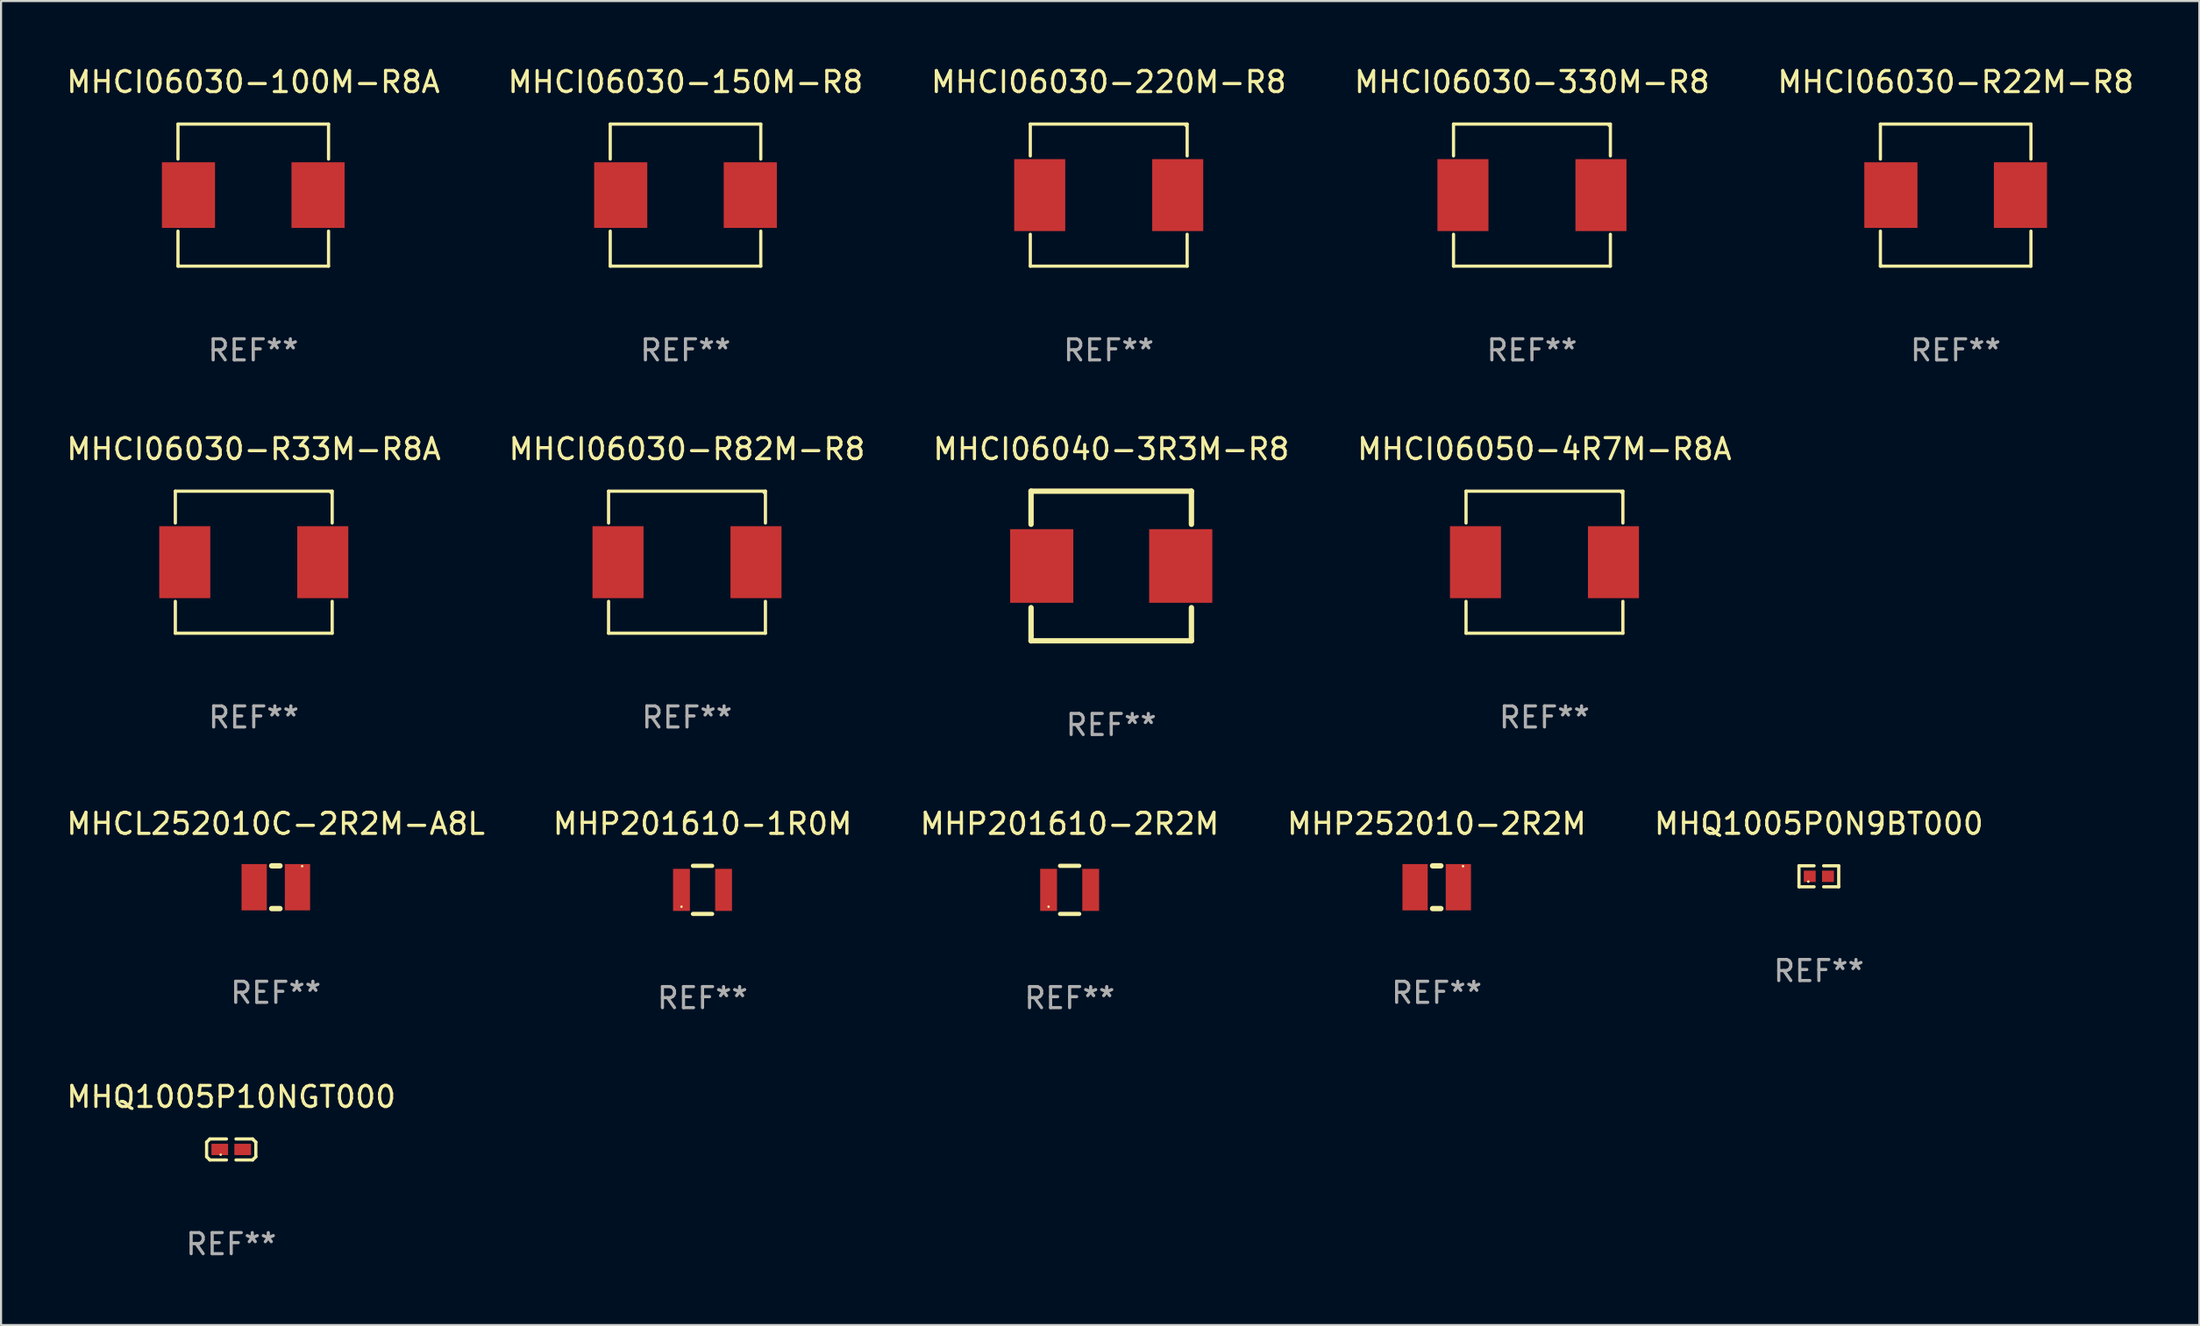
<source format=kicad_pcb>
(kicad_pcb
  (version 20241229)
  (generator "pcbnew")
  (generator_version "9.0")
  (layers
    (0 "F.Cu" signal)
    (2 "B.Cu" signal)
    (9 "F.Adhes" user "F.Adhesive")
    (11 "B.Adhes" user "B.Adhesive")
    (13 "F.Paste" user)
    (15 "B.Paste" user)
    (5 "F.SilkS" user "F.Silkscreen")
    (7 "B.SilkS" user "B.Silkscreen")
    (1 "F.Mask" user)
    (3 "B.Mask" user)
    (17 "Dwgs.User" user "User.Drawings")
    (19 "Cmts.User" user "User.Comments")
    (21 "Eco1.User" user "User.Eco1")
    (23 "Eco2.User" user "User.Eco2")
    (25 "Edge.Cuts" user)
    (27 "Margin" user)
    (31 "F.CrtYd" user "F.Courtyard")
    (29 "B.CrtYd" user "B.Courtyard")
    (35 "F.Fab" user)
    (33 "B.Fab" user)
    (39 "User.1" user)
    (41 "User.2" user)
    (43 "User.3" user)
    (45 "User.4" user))
  (footprint "MHCI06030-150M-R8"
    (layer "F.Cu")
    (at 29.518 6.224)
    (property "Reference" "MHCI06030-150M-R8" (at 0 -5.376 0) (layer "F.SilkS") (effects (font (size 1 1) (thickness 0.15))))
    (attr through_hole)
    (fp_line (start -3.576 -3.376) (end 3.576 -3.376) (stroke (width 0.152) (type solid)) (layer "F.SilkS"))
    (fp_line (start -3.576 -1.712) (end -3.576 -3.376) (stroke (width 0.152) (type solid)) (layer "F.SilkS"))
    (fp_line (start -3.576 1.712) (end -3.576 3.376) (stroke (width 0.152) (type solid)) (layer "F.SilkS"))
    (fp_line (start -3.576 3.376) (end 3.576 3.376) (stroke (width 0.152) (type solid)) (layer "F.SilkS"))
    (fp_line (start 3.576 -3.376) (end 3.576 -1.712) (stroke (width 0.152) (type solid)) (layer "F.SilkS"))
    (fp_line (start 3.576 3.376) (end 3.576 1.712) (stroke (width 0.152) (type solid)) (layer "F.SilkS"))
    (fp_circle (center -3.552 3.307) (end -3.522 3.307) (stroke (width 0.06) (type solid)) (fill no) (layer "F.SilkS"))
    (fp_text user "REF**" (at 0 7.376 0) (layer "F.Fab") (effects (font (size 1 1) (thickness 0.15))))
    (pad "1" smd rect (at -3.078 0) (size 2.524 3.12) (layers "F.Cu" "F.Mask" "F.Paste"))
    (pad "2" smd rect (at 3.078 0) (size 2.524 3.12) (layers "F.Cu" "F.Mask" "F.Paste")))
  (footprint "MHCI06030-R82M-R8"
    (layer "F.Cu")
    (at 29.589 23.673)
    (property "Reference" "MHCI06030-R82M-R8" (at 0 -5.376 0) (layer "F.SilkS") (effects (font (size 1 1) (thickness 0.15))))
    (attr through_hole)
    (fp_line (start -3.726 -3.376) (end 3.726 -3.376) (stroke (width 0.152) (type solid)) (layer "F.SilkS"))
    (fp_line (start -3.726 -1.862) (end -3.726 -3.376) (stroke (width 0.152) (type solid)) (layer "F.SilkS"))
    (fp_line (start -3.726 1.862) (end -3.726 3.376) (stroke (width 0.152) (type solid)) (layer "F.SilkS"))
    (fp_line (start -3.726 3.376) (end 3.726 3.376) (stroke (width 0.152) (type solid)) (layer "F.SilkS"))
    (fp_line (start 3.726 -3.376) (end 3.726 -1.862) (stroke (width 0.152) (type solid)) (layer "F.SilkS"))
    (fp_line (start 3.726 3.376) (end 3.726 1.862) (stroke (width 0.152) (type solid)) (layer "F.SilkS"))
    (fp_circle (center 3.65 -3.3) (end 3.68 -3.3) (stroke (width 0.06) (type solid)) (fill no) (layer "F.SilkS"))
    (fp_text user "REF**" (at 0 7.376 0) (layer "F.Fab") (effects (font (size 1 1) (thickness 0.15))))
    (pad "1" smd rect (at 3.278 0) (size 2.424 3.42) (layers "F.Cu" "F.Mask" "F.Paste"))
    (pad "2" smd rect (at -3.278 0) (size 2.424 3.42) (layers "F.Cu" "F.Mask" "F.Paste")))
  (footprint "MHCI06040-3R3M-R8"
    (layer "F.Cu")
    (at 49.744 23.853)
    (property "Reference" "MHCI06040-3R3M-R8" (at 0 -5.556 0) (layer "F.SilkS") (effects (font (size 1 1) (thickness 0.15))))
    (attr through_hole)
    (fp_line (start -3.81 -3.556) (end 3.81 -3.556) (stroke (width 0.254) (type solid)) (layer "F.SilkS"))
    (fp_line (start -3.81 -1.981) (end -3.81 -3.556) (stroke (width 0.254) (type solid)) (layer "F.SilkS"))
    (fp_line (start -3.81 3.556) (end -3.81 1.981) (stroke (width 0.254) (type solid)) (layer "F.SilkS"))
    (fp_line (start 3.81 -3.556) (end 3.81 -1.981) (stroke (width 0.254) (type solid)) (layer "F.SilkS"))
    (fp_line (start 3.81 1.981) (end 3.81 3.556) (stroke (width 0.254) (type solid)) (layer "F.SilkS"))
    (fp_line (start 3.81 3.556) (end -3.81 3.556) (stroke (width 0.254) (type solid)) (layer "F.SilkS"))
    (fp_circle (center -3.75 3.3) (end -3.72 3.3) (stroke (width 0.06) (type solid)) (fill no) (layer "F.SilkS"))
    (fp_text user "REF**" (at 0 7.556 0) (layer "F.Fab") (effects (font (size 1 1) (thickness 0.15))))
    (pad "1" smd rect (at -3.302 0 90) (size 3.5 3) (layers "F.Cu" "F.Mask" "F.Paste"))
    (pad "2" smd rect (at 3.302 0 90) (size 3.5 3) (layers "F.Cu" "F.Mask" "F.Paste")))
  (footprint "MHCL252010C-2R2M-A8L"
    (layer "F.Cu")
    (at 10.054 39.122)
    (property "Reference" "MHCL252010C-2R2M-A8L" (at 0 -3.016 0) (layer "F.SilkS") (effects (font (size 1 1) (thickness 0.15))))
    (attr through_hole)
    (fp_line (start -0.197 1.016) (end 0.197 1.016) (stroke (width 0.254) (type solid)) (layer "F.SilkS"))
    (fp_line (start 0.197 -1.016) (end -0.197 -1.016) (stroke (width 0.254) (type solid)) (layer "F.SilkS"))
    (fp_circle (center 1.25 -1) (end 1.28 -1) (stroke (width 0.06) (type solid)) (fill no) (layer "F.SilkS"))
    (fp_text user "REF**" (at 0 5.016 0) (layer "F.Fab") (effects (font (size 1 1) (thickness 0.15))))
    (pad "1" smd rect (at 1.028 0) (size 1.2 2.2) (layers "F.Cu" "F.Mask" "F.Paste"))
    (pad "2" smd rect (at -1.028 0) (size 1.2 2.2) (layers "F.Cu" "F.Mask" "F.Paste")))
  (footprint "MHP252010-2R2M"
    (layer "F.Cu")
    (at 65.208 39.122)
    (property "Reference" "MHP252010-2R2M" (at 0 -3.016 0) (layer "F.SilkS") (effects (font (size 1 1) (thickness 0.15))))
    (attr through_hole)
    (fp_line (start -0.197 1.016) (end 0.197 1.016) (stroke (width 0.254) (type solid)) (layer "F.SilkS"))
    (fp_line (start 0.197 -1.016) (end -0.197 -1.016) (stroke (width 0.254) (type solid)) (layer "F.SilkS"))
    (fp_circle (center 1.25 -1) (end 1.28 -1) (stroke (width 0.06) (type solid)) (fill no) (layer "F.SilkS"))
    (fp_text user "REF**" (at 0 5.016 0) (layer "F.Fab") (effects (font (size 1 1) (thickness 0.15))))
    (pad "1" smd rect (at 1.028 0) (size 1.2 2.2) (layers "F.Cu" "F.Mask" "F.Paste"))
    (pad "2" smd rect (at -1.028 0) (size 1.2 2.2) (layers "F.Cu" "F.Mask" "F.Paste")))
  (footprint "MHCI06030-330M-R8"
    (layer "F.Cu")
    (at 69.732 6.224)
    (property "Reference" "MHCI06030-330M-R8" (at 0 -5.376 0) (layer "F.SilkS") (effects (font (size 1 1) (thickness 0.15))))
    (attr through_hole)
    (fp_line (start -3.726 -3.376) (end 3.726 -3.376) (stroke (width 0.152) (type solid)) (layer "F.SilkS"))
    (fp_line (start -3.726 -1.862) (end -3.726 -3.376) (stroke (width 0.152) (type solid)) (layer "F.SilkS"))
    (fp_line (start -3.726 1.862) (end -3.726 3.376) (stroke (width 0.152) (type solid)) (layer "F.SilkS"))
    (fp_line (start -3.726 3.376) (end 3.726 3.376) (stroke (width 0.152) (type solid)) (layer "F.SilkS"))
    (fp_line (start 3.726 -3.376) (end 3.726 -1.862) (stroke (width 0.152) (type solid)) (layer "F.SilkS"))
    (fp_line (start 3.726 3.376) (end 3.726 1.862) (stroke (width 0.152) (type solid)) (layer "F.SilkS"))
    (fp_circle (center 3.65 -3.3) (end 3.68 -3.3) (stroke (width 0.06) (type solid)) (fill no) (layer "F.SilkS"))
    (fp_text user "REF**" (at 0 7.376 0) (layer "F.Fab") (effects (font (size 1 1) (thickness 0.15))))
    (pad "1" smd rect (at 3.278 0) (size 2.424 3.42) (layers "F.Cu" "F.Mask" "F.Paste"))
    (pad "2" smd rect (at -3.278 0) (size 2.424 3.42) (layers "F.Cu" "F.Mask" "F.Paste")))
  (footprint "MHCI06030-220M-R8"
    (layer "F.Cu")
    (at 49.625 6.224)
    (property "Reference" "MHCI06030-220M-R8" (at 0 -5.376 0) (layer "F.SilkS") (effects (font (size 1 1) (thickness 0.15))))
    (attr through_hole)
    (fp_line (start -3.726 -3.376) (end 3.726 -3.376) (stroke (width 0.152) (type solid)) (layer "F.SilkS"))
    (fp_line (start -3.726 -1.862) (end -3.726 -3.376) (stroke (width 0.152) (type solid)) (layer "F.SilkS"))
    (fp_line (start -3.726 1.862) (end -3.726 3.376) (stroke (width 0.152) (type solid)) (layer "F.SilkS"))
    (fp_line (start -3.726 3.376) (end 3.726 3.376) (stroke (width 0.152) (type solid)) (layer "F.SilkS"))
    (fp_line (start 3.726 -3.376) (end 3.726 -1.862) (stroke (width 0.152) (type solid)) (layer "F.SilkS"))
    (fp_line (start 3.726 3.376) (end 3.726 1.862) (stroke (width 0.152) (type solid)) (layer "F.SilkS"))
    (fp_circle (center 3.65 -3.3) (end 3.68 -3.3) (stroke (width 0.06) (type solid)) (fill no) (layer "F.SilkS"))
    (fp_text user "REF**" (at 0 7.376 0) (layer "F.Fab") (effects (font (size 1 1) (thickness 0.15))))
    (pad "1" smd rect (at 3.278 0) (size 2.424 3.42) (layers "F.Cu" "F.Mask" "F.Paste"))
    (pad "2" smd rect (at -3.278 0) (size 2.424 3.42) (layers "F.Cu" "F.Mask" "F.Paste")))
  (footprint "MHQ1005P0N9BT000"
    (layer "F.Cu")
    (at 83.363 38.604)
    (property "Reference" "MHQ1005P0N9BT000" (at 0 -2.499 0) (layer "F.SilkS") (effects (font (size 1 1) (thickness 0.15))))
    (attr through_hole)
    (fp_line (start -0.944 -0.499) (end -0.226 -0.499) (stroke (width 0.152) (type solid)) (layer "F.SilkS"))
    (fp_line (start -0.944 0.499) (end -0.944 -0.499) (stroke (width 0.152) (type solid)) (layer "F.SilkS"))
    (fp_line (start -0.226 0.499) (end -0.944 0.499) (stroke (width 0.152) (type solid)) (layer "F.SilkS"))
    (fp_line (start 0.226 0.499) (end 0.944 0.499) (stroke (width 0.152) (type solid)) (layer "F.SilkS"))
    (fp_line (start 0.944 -0.499) (end 0.226 -0.499) (stroke (width 0.152) (type solid)) (layer "F.SilkS"))
    (fp_line (start 0.944 0.499) (end 0.944 -0.499) (stroke (width 0.152) (type solid)) (layer "F.SilkS"))
    (fp_circle (center -0.5 0.25) (end -0.47 0.25) (stroke (width 0.06) (type solid)) (fill no) (layer "F.SilkS"))
    (fp_text user "REF**" (at 0 4.499 0) (layer "F.Fab") (effects (font (size 1 1) (thickness 0.15))))
    (pad "1" smd rect (at -0.433 0) (size 0.566 0.54) (layers "F.Cu" "F.Mask" "F.Paste"))
    (pad "2" smd rect (at 0.433 0) (size 0.566 0.54) (layers "F.Cu" "F.Mask" "F.Paste")))
  (footprint "MHQ1005P10NGT000"
    (layer "F.Cu")
    (at 7.935 51.587)
    (property "Reference" "MHQ1005P10NGT000" (at 0 -2.499 0) (layer "F.SilkS") (effects (font (size 1 1) (thickness 0.15))))
    (attr through_hole)
    (fp_line (start -1.169 -0.346) (end -1.016 -0.499) (stroke (width 0.152) (type solid)) (layer "F.SilkS"))
    (fp_line (start -1.169 0.346) (end -1.169 -0.346) (stroke (width 0.152) (type solid)) (layer "F.SilkS"))
    (fp_line (start -1.016 -0.499) (end -0.226 -0.499) (stroke (width 0.152) (type solid)) (layer "F.SilkS"))
    (fp_line (start -1.016 0.499) (end -1.169 0.346) (stroke (width 0.152) (type solid)) (layer "F.SilkS"))
    (fp_line (start -0.226 0.499) (end -1.016 0.499) (stroke (width 0.152) (type solid)) (layer "F.SilkS"))
    (fp_line (start 0.226 0.499) (end 1.016 0.499) (stroke (width 0.152) (type solid)) (layer "F.SilkS"))
    (fp_line (start 1.016 -0.499) (end 0.226 -0.499) (stroke (width 0.152) (type solid)) (layer "F.SilkS"))
    (fp_line (start 1.016 0.499) (end 1.169 0.346) (stroke (width 0.152) (type solid)) (layer "F.SilkS"))
    (fp_line (start 1.169 -0.346) (end 1.016 -0.499) (stroke (width 0.152) (type solid)) (layer "F.SilkS"))
    (fp_line (start 1.169 0.346) (end 1.169 -0.346) (stroke (width 0.152) (type solid)) (layer "F.SilkS"))
    (fp_circle (center -0.5 0.25) (end -0.47 0.25) (stroke (width 0.06) (type solid)) (fill no) (layer "F.SilkS"))
    (fp_text user "REF**" (at 0 4.499 0) (layer "F.Fab") (effects (font (size 1 1) (thickness 0.15))))
    (pad "1" smd rect (at -0.545 0) (size 0.79 0.54) (layers "F.Cu" "F.Mask" "F.Paste"))
    (pad "2" smd rect (at 0.545 0) (size 0.79 0.54) (layers "F.Cu" "F.Mask" "F.Paste")))
  (footprint "MHP201610-1R0M"
    (layer "F.Cu")
    (at 30.327 39.249)
    (property "Reference" "MHP201610-1R0M" (at 0 -3.143 0) (layer "F.SilkS") (effects (font (size 1 1) (thickness 0.15))))
    (attr through_hole)
    (fp_line (start -0.455 -1.143) (end 0.455 -1.143) (stroke (width 0.2) (type solid)) (layer "F.SilkS"))
    (fp_line (start -0.455 1.143) (end 0.455 1.143) (stroke (width 0.2) (type solid)) (layer "F.SilkS"))
    (fp_circle (center -1 0.8) (end -0.97 0.8) (stroke (width 0.06) (type solid)) (fill no) (layer "F.SilkS"))
    (fp_text user "REF**" (at 0 5.143 0) (layer "F.Fab") (effects (font (size 1 1) (thickness 0.15))))
    (pad "1" smd rect (at -1 0) (size 0.8 2) (layers "F.Cu" "F.Mask" "F.Paste"))
    (pad "2" smd rect (at 1 0) (size 0.8 2) (layers "F.Cu" "F.Mask" "F.Paste")))
  (footprint "MHP201610-2R2M"
    (layer "F.Cu")
    (at 47.768 39.249)
    (property "Reference" "MHP201610-2R2M" (at 0 -3.143 0) (layer "F.SilkS") (effects (font (size 1 1) (thickness 0.15))))
    (attr through_hole)
    (fp_line (start -0.455 -1.143) (end 0.455 -1.143) (stroke (width 0.2) (type solid)) (layer "F.SilkS"))
    (fp_line (start -0.455 1.143) (end 0.455 1.143) (stroke (width 0.2) (type solid)) (layer "F.SilkS"))
    (fp_circle (center -1 0.8) (end -0.97 0.8) (stroke (width 0.06) (type solid)) (fill no) (layer "F.SilkS"))
    (fp_text user "REF**" (at 0 5.143 0) (layer "F.Fab") (effects (font (size 1 1) (thickness 0.15))))
    (pad "1" smd rect (at -1 0) (size 0.8 2) (layers "F.Cu" "F.Mask" "F.Paste"))
    (pad "2" smd rect (at 1 0) (size 0.8 2) (layers "F.Cu" "F.Mask" "F.Paste")))
  (footprint "MHCI06030-100M-R8A"
    (layer "F.Cu")
    (at 8.982 6.224)
    (property "Reference" "MHCI06030-100M-R8A" (at 0 -5.376 0) (layer "F.SilkS") (effects (font (size 1 1) (thickness 0.15))))
    (attr through_hole)
    (fp_line (start -3.576 -3.376) (end 3.576 -3.376) (stroke (width 0.152) (type solid)) (layer "F.SilkS"))
    (fp_line (start -3.576 -1.712) (end -3.576 -3.376) (stroke (width 0.152) (type solid)) (layer "F.SilkS"))
    (fp_line (start -3.576 1.712) (end -3.576 3.376) (stroke (width 0.152) (type solid)) (layer "F.SilkS"))
    (fp_line (start -3.576 3.376) (end 3.576 3.376) (stroke (width 0.152) (type solid)) (layer "F.SilkS"))
    (fp_line (start 3.576 -3.376) (end 3.576 -1.712) (stroke (width 0.152) (type solid)) (layer "F.SilkS"))
    (fp_line (start 3.576 3.376) (end 3.576 1.712) (stroke (width 0.152) (type solid)) (layer "F.SilkS"))
    (fp_circle (center -3.552 3.307) (end -3.522 3.307) (stroke (width 0.06) (type solid)) (fill no) (layer "F.SilkS"))
    (fp_text user "REF**" (at 0 7.376 0) (layer "F.Fab") (effects (font (size 1 1) (thickness 0.15))))
    (pad "1" smd rect (at -3.078 0) (size 2.524 3.12) (layers "F.Cu" "F.Mask" "F.Paste"))
    (pad "2" smd rect (at 3.078 0) (size 2.524 3.12) (layers "F.Cu" "F.Mask" "F.Paste")))
  (footprint "MHCI06030-R22M-R8"
    (layer "F.Cu")
    (at 89.863 6.224)
    (property "Reference" "MHCI06030-R22M-R8" (at 0 -5.376 0) (layer "F.SilkS") (effects (font (size 1 1) (thickness 0.15))))
    (attr through_hole)
    (fp_line (start -3.576 -3.376) (end 3.576 -3.376) (stroke (width 0.152) (type solid)) (layer "F.SilkS"))
    (fp_line (start -3.576 -1.712) (end -3.576 -3.376) (stroke (width 0.152) (type solid)) (layer "F.SilkS"))
    (fp_line (start -3.576 1.712) (end -3.576 3.376) (stroke (width 0.152) (type solid)) (layer "F.SilkS"))
    (fp_line (start -3.576 3.376) (end 3.576 3.376) (stroke (width 0.152) (type solid)) (layer "F.SilkS"))
    (fp_line (start 3.576 -3.376) (end 3.576 -1.712) (stroke (width 0.152) (type solid)) (layer "F.SilkS"))
    (fp_line (start 3.576 3.376) (end 3.576 1.712) (stroke (width 0.152) (type solid)) (layer "F.SilkS"))
    (fp_circle (center -3.552 3.307) (end -3.522 3.307) (stroke (width 0.06) (type solid)) (fill no) (layer "F.SilkS"))
    (fp_text user "REF**" (at 0 7.376 0) (layer "F.Fab") (effects (font (size 1 1) (thickness 0.15))))
    (pad "1" smd rect (at -3.078 0) (size 2.524 3.12) (layers "F.Cu" "F.Mask" "F.Paste"))
    (pad "2" smd rect (at 3.078 0) (size 2.524 3.12) (layers "F.Cu" "F.Mask" "F.Paste")))
  (footprint "MHCI06030-R33M-R8A"
    (layer "F.Cu")
    (at 9.006 23.673)
    (property "Reference" "MHCI06030-R33M-R8A" (at 0 -5.376 0) (layer "F.SilkS") (effects (font (size 1 1) (thickness 0.15))))
    (attr through_hole)
    (fp_line (start -3.726 -3.376) (end 3.726 -3.376) (stroke (width 0.152) (type solid)) (layer "F.SilkS"))
    (fp_line (start -3.726 -1.862) (end -3.726 -3.376) (stroke (width 0.152) (type solid)) (layer "F.SilkS"))
    (fp_line (start -3.726 1.862) (end -3.726 3.376) (stroke (width 0.152) (type solid)) (layer "F.SilkS"))
    (fp_line (start -3.726 3.376) (end 3.726 3.376) (stroke (width 0.152) (type solid)) (layer "F.SilkS"))
    (fp_line (start 3.726 -3.376) (end 3.726 -1.862) (stroke (width 0.152) (type solid)) (layer "F.SilkS"))
    (fp_line (start 3.726 3.376) (end 3.726 1.862) (stroke (width 0.152) (type solid)) (layer "F.SilkS"))
    (fp_circle (center 3.65 -3.3) (end 3.68 -3.3) (stroke (width 0.06) (type solid)) (fill no) (layer "F.SilkS"))
    (fp_text user "REF**" (at 0 7.376 0) (layer "F.Fab") (effects (font (size 1 1) (thickness 0.15))))
    (pad "1" smd rect (at 3.278 0) (size 2.424 3.42) (layers "F.Cu" "F.Mask" "F.Paste"))
    (pad "2" smd rect (at -3.278 0) (size 2.424 3.42) (layers "F.Cu" "F.Mask" "F.Paste")))
  (footprint "MHCI06050-4R7M-R8A"
    (layer "F.Cu")
    (at 70.327 23.673)
    (property "Reference" "MHCI06050-4R7M-R8A" (at 0 -5.376 0) (layer "F.SilkS") (effects (font (size 1 1) (thickness 0.15))))
    (attr through_hole)
    (fp_line (start -3.726 -3.376) (end 3.726 -3.376) (stroke (width 0.152) (type solid)) (layer "F.SilkS"))
    (fp_line (start -3.726 -1.862) (end -3.726 -3.376) (stroke (width 0.152) (type solid)) (layer "F.SilkS"))
    (fp_line (start -3.726 1.862) (end -3.726 3.376) (stroke (width 0.152) (type solid)) (layer "F.SilkS"))
    (fp_line (start -3.726 3.376) (end 3.726 3.376) (stroke (width 0.152) (type solid)) (layer "F.SilkS"))
    (fp_line (start 3.726 -3.376) (end 3.726 -1.862) (stroke (width 0.152) (type solid)) (layer "F.SilkS"))
    (fp_line (start 3.726 3.376) (end 3.726 1.862) (stroke (width 0.152) (type solid)) (layer "F.SilkS"))
    (fp_circle (center 3.65 -3.3) (end 3.68 -3.3) (stroke (width 0.06) (type solid)) (fill no) (layer "F.SilkS"))
    (fp_text user "REF**" (at 0 7.376 0) (layer "F.Fab") (effects (font (size 1 1) (thickness 0.15))))
    (pad "1" smd rect (at 3.278 0) (size 2.424 3.42) (layers "F.Cu" "F.Mask" "F.Paste"))
    (pad "2" smd rect (at -3.278 0) (size 2.424 3.42) (layers "F.Cu" "F.Mask" "F.Paste")))
  (gr_rect
    (start -3 -3)
    (end 101.44 59.934)
    (stroke (width 0.1) (type default))
    (fill no)
    (layer "Edge.Cuts")))
</source>
